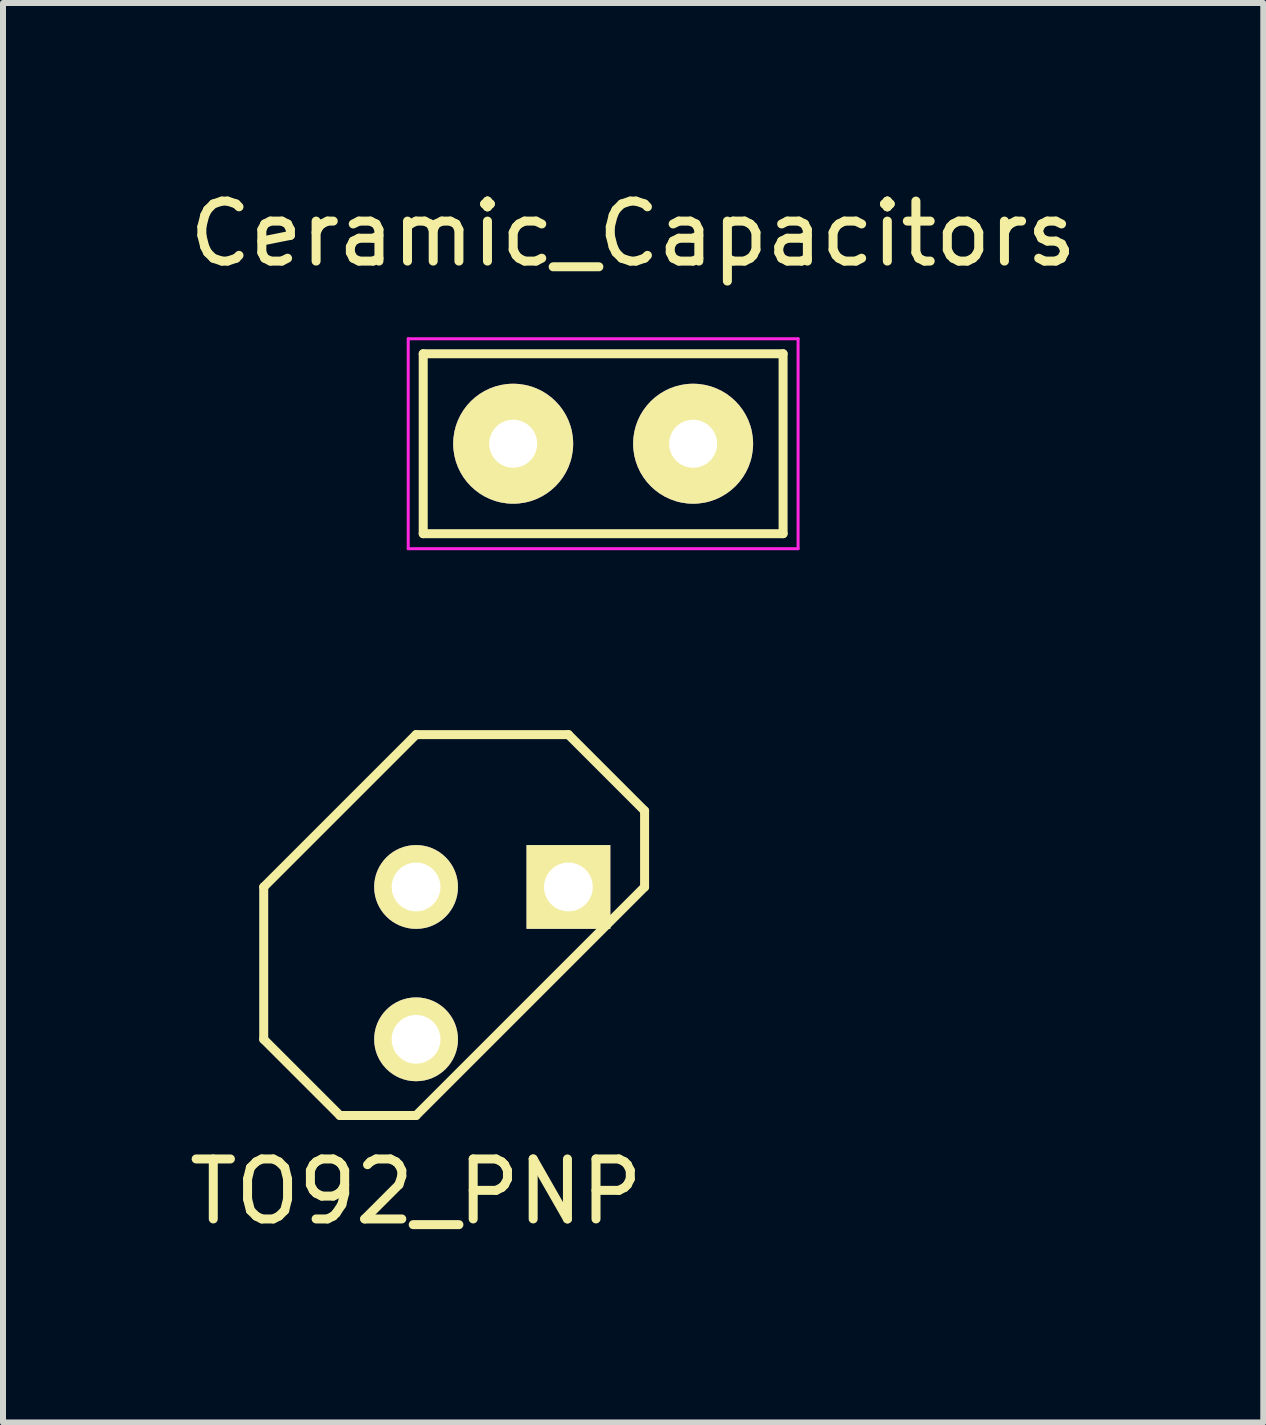
<source format=kicad_pcb>
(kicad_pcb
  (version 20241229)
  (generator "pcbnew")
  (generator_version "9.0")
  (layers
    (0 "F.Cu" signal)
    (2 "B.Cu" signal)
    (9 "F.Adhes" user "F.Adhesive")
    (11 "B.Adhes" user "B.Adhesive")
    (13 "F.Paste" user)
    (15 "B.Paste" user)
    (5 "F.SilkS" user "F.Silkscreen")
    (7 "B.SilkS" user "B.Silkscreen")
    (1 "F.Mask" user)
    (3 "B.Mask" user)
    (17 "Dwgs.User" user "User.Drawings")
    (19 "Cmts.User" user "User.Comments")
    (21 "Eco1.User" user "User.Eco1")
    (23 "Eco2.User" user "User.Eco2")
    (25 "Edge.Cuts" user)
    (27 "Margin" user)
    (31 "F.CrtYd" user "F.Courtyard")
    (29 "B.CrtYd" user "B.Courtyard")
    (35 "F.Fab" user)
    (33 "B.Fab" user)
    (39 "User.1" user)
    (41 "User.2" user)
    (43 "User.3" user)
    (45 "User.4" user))
  (footprint "Ceramic_Capacitors"
    (layer "F.Cu")
    (at 7.006 4.348)
    (property "Reference" "Ceramic_Capacitors" (at 0.5 -3.5 0) (layer "F.SilkS") (effects (font (size 1 1) (thickness 0.15))))
    (attr through_hole)
    (fp_line (start -3 -1.5) (end -3 1.5) (stroke (width 0.15) (type solid)) (layer "F.SilkS"))
    (fp_line (start -3 1.5) (end 3 1.5) (stroke (width 0.15) (type solid)) (layer "F.SilkS"))
    (fp_line (start 3 -1.5) (end -3 -1.5) (stroke (width 0.15) (type solid)) (layer "F.SilkS"))
    (fp_line (start 3 1.5) (end 3 -1.5) (stroke (width 0.15) (type solid)) (layer "F.SilkS"))
    (fp_line (start -3.25 -1.75) (end 3.25 -1.75) (stroke (width 0.05) (type solid)) (layer "F.CrtYd"))
    (fp_line (start -3.25 1.75) (end -3.25 -1.75) (stroke (width 0.05) (type solid)) (layer "F.CrtYd"))
    (fp_line (start -3.25 1.75) (end 3.25 1.75) (stroke (width 0.05) (type solid)) (layer "F.CrtYd"))
    (fp_line (start 3.25 -1.75) (end 3.25 1.75) (stroke (width 0.05) (type solid)) (layer "F.CrtYd"))
    (pad "1" thru_hole circle (at -1.5 0) (size 2 2) (drill 0.8) (layers "*.Cu" "*.Mask" "F.SilkS"))
    (pad "2" thru_hole circle (at 1.5 0) (size 2 2) (drill 0.8) (layers "*.Cu" "*.Mask" "F.SilkS")))
  (footprint "TO92_PNP"
    (layer "F.Cu")
    (at 5.157 13.008)
    (property "Reference" "TO92_PNP" (at -1.27 3.81 0) (layer "F.SilkS") (effects (font (size 1 1) (thickness 0.15))))
    (attr through_hole)
    (fp_line (start -3.81 -1.27) (end -3.81 1.27) (stroke (width 0.15) (type solid)) (layer "F.SilkS"))
    (fp_line (start -3.81 1.27) (end -2.54 2.54) (stroke (width 0.15) (type solid)) (layer "F.SilkS"))
    (fp_line (start -2.54 2.54) (end -1.27 2.54) (stroke (width 0.15) (type solid)) (layer "F.SilkS"))
    (fp_line (start -1.27 -3.81) (end -3.81 -1.27) (stroke (width 0.15) (type solid)) (layer "F.SilkS"))
    (fp_line (start -1.27 2.54) (end 2.54 -1.27) (stroke (width 0.15) (type solid)) (layer "F.SilkS"))
    (fp_line (start 1.27 -3.81) (end -1.27 -3.81) (stroke (width 0.15) (type solid)) (layer "F.SilkS"))
    (fp_line (start 2.54 -2.54) (end 1.27 -3.81) (stroke (width 0.15) (type solid)) (layer "F.SilkS"))
    (fp_line (start 2.54 -1.27) (end 2.54 -2.54) (stroke (width 0.15) (type solid)) (layer "F.SilkS"))
    (pad "1" thru_hole rect (at 1.27 -1.27) (size 1.397 1.397) (drill 0.813) (layers "*.Cu" "*.Mask" "F.SilkS"))
    (pad "2" thru_hole circle (at -1.27 -1.27) (size 1.397 1.397) (drill 0.813) (layers "*.Cu" "*.Mask" "F.SilkS"))
    (pad "3" thru_hole circle (at -1.27 1.27) (size 1.397 1.397) (drill 0.813) (layers "*.Cu" "*.Mask" "F.SilkS")))
  (gr_rect
    (start -3 -3)
    (end 18.012 20.666)
    (stroke (width 0.1) (type default))
    (fill no)
    (layer "Edge.Cuts")))
</source>
